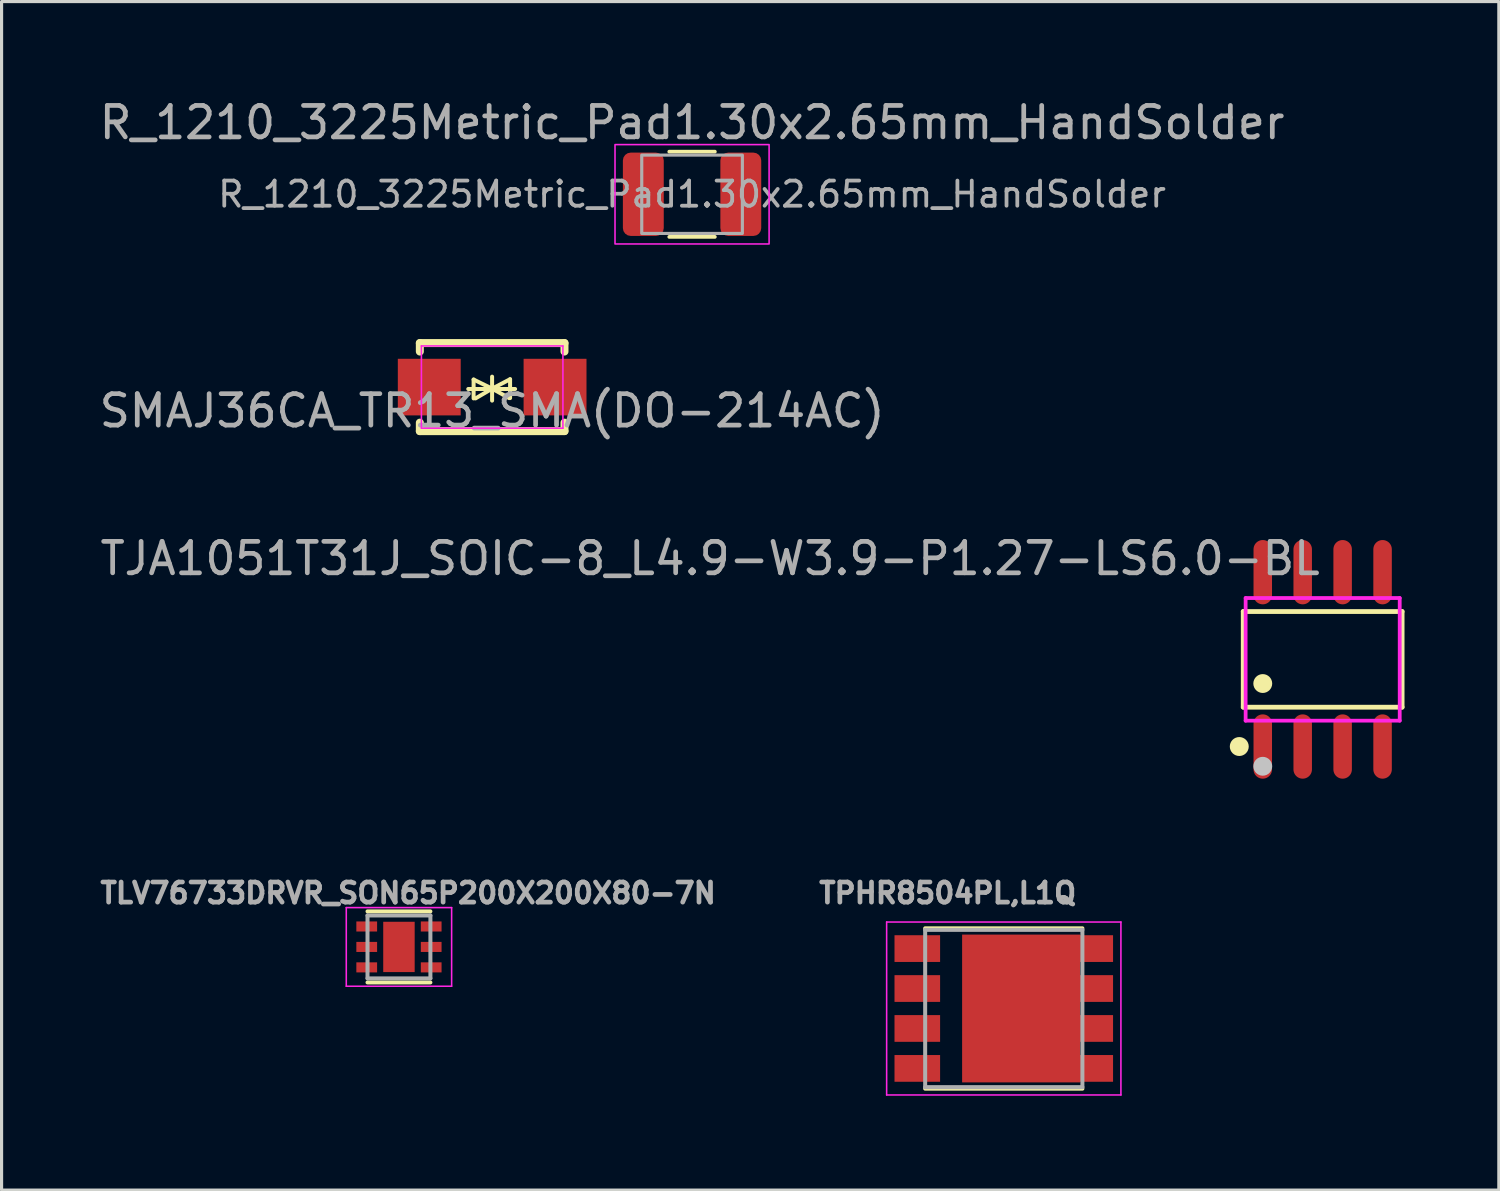
<source format=kicad_pcb>
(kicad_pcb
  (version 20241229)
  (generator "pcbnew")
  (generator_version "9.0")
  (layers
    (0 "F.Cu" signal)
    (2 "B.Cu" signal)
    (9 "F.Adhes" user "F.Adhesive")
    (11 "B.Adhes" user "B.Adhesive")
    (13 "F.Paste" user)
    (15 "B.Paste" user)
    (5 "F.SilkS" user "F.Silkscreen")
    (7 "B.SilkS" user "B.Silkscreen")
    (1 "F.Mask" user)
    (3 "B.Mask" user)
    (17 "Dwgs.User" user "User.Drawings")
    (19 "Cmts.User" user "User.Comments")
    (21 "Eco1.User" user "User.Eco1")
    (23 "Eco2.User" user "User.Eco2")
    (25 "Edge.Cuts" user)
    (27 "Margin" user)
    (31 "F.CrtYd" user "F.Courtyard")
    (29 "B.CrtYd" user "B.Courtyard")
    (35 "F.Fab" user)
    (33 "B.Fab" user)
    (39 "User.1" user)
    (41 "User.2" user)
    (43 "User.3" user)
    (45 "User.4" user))
  (footprint "SMAJ36CA_TR13_SMA(DO-214AC)"
    (layer "F.Cu")
    (at 12.601 9.26)
    (property "Reference" "SMAJ36CA_TR13_SMA(DO-214AC)" (at 0 0.754 0) (layer "F.Fab") (effects (font (size 1 1) (thickness 0.15))))
    (attr smd)
    (fp_line (start -2.3 -1.4) (end -2.3 -1.131) (stroke (width 0.254) (type solid)) (layer "F.SilkS"))
    (fp_line (start -2.3 -1.4) (end 2.3 -1.4) (stroke (width 0.254) (type solid)) (layer "F.SilkS"))
    (fp_line (start -2.3 1.131) (end -2.3 1.4) (stroke (width 0.254) (type solid)) (layer "F.SilkS"))
    (fp_line (start -2.3 1.4) (end 2.3 1.4) (stroke (width 0.254) (type solid)) (layer "F.SilkS"))
    (fp_line (start -0.76 0.06) (end 0.73 0.06) (stroke (width 0.127) (type solid)) (layer "F.SilkS"))
    (fp_line (start -0.59 -0.24) (end -0.59 0.36) (stroke (width 0.127) (type solid)) (layer "F.SilkS"))
    (fp_line (start -0.59 -0.24) (end -0.002 0.049) (stroke (width 0.127) (type solid)) (layer "F.SilkS"))
    (fp_line (start -0.53 0.36) (end -0.002 0.049) (stroke (width 0.127) (type solid)) (layer "F.SilkS"))
    (fp_line (start -0.002 0.049) (end -0.002 -0.332) (stroke (width 0.127) (type solid)) (layer "F.SilkS"))
    (fp_line (start -0.002 0.049) (end -0.002 0.43) (stroke (width 0.127) (type solid)) (layer "F.SilkS"))
    (fp_line (start 0.54 0.35) (end -0.002 0.049) (stroke (width 0.127) (type solid)) (layer "F.SilkS"))
    (fp_line (start 0.57 -0.25) (end -0.002 0.049) (stroke (width 0.127) (type solid)) (layer "F.SilkS"))
    (fp_line (start 0.57 -0.25) (end 0.57 0.35) (stroke (width 0.127) (type solid)) (layer "F.SilkS"))
    (fp_line (start 2.3 -1.4) (end 2.3 -1.131) (stroke (width 0.254) (type solid)) (layer "F.SilkS"))
    (fp_line (start 2.3 1.131) (end 2.3 1.4) (stroke (width 0.254) (type solid)) (layer "F.SilkS"))
    (fp_poly (pts (xy -2.542 0.725) (xy -2.542 -0.725) (xy -1.458 -0.725) (xy -1.458 0.725)) (stroke (width 0.005) (type solid)) (fill no) (layer "Eco2.User"))
    (fp_poly (pts (xy 1.458 0.725) (xy 1.458 -0.725) (xy 2.542 -0.725) (xy 2.542 0.725)) (stroke (width 0.005) (type solid)) (fill no) (layer "Eco2.User"))
    (fp_poly (pts (xy -2.482 1.308) (xy -2.484 1.296) (xy -2.487 1.285) (xy -2.493 1.274) (xy -2.5 1.265) (xy -2.509 1.258) (xy -2.519 1.252) (xy -2.531 1.249) (xy -2.542 1.248) (xy -2.554 1.249) (xy -2.565 1.252) (xy -2.576 1.258) (xy -2.585 1.265) (xy -2.592 1.274) (xy -2.598 1.285) (xy -2.601 1.296) (xy -2.603 1.308) (xy -2.601 1.319) (xy -2.598 1.331) (xy -2.592 1.341) (xy -2.585 1.35) (xy -2.576 1.357) (xy -2.565 1.363) (xy -2.554 1.366) (xy -2.542 1.367) (xy -2.531 1.366) (xy -2.519 1.363) (xy -2.509 1.357) (xy -2.5 1.35) (xy -2.493 1.341) (xy -2.487 1.331) (xy -2.484 1.319)) (stroke (width 0.005) (type solid)) (fill no) (layer "Eco2.User"))
    (fp_line (start -2.25 -1.308) (end 2.25 -1.308) (stroke (width 0.051) (type solid)) (layer "F.CrtYd"))
    (fp_line (start -2.25 1.308) (end -2.25 -1.308) (stroke (width 0.051) (type solid)) (layer "F.CrtYd"))
    (fp_line (start 2.25 -1.308) (end 2.25 1.308) (stroke (width 0.051) (type solid)) (layer "F.CrtYd"))
    (fp_line (start 2.25 1.308) (end -2.25 1.308) (stroke (width 0.051) (type solid)) (layer "F.CrtYd"))
    (pad "1" smd rect (at -2 0) (size 2 1.8) (layers "F.Cu" "F.Mask" "F.Paste"))
    (pad "2" smd rect (at 2 0) (size 2 1.8) (layers "F.Cu" "F.Mask" "F.Paste")))
  (footprint "TPHR8504PL,L1Q"
    (layer "F.Cu")
    (at 28.871 29.021)
    (property "Reference" "TPHR8504PL,L1Q" (at -1.784 -3.671 0) (layer "F.Fab") (effects (font (size 0.64 0.64) (thickness 0.15))))
    (attr smd)
    (fp_line (start -2.5 -2.55) (end 2.5 -2.55) (stroke (width 0.127) (type solid)) (layer "F.SilkS"))
    (fp_line (start -2.5 2.55) (end 2.5 2.55) (stroke (width 0.127) (type solid)) (layer "F.SilkS"))
    (fp_poly (pts (xy -0.94 -1.186) (xy 2.04 -1.186) (xy 2.04 1.186) (xy -0.94 1.186)) (stroke (width 0.01) (type solid)) (fill yes) (layer "F.Paste"))
    (fp_line (start -3.725 -2.75) (end 3.725 -2.75) (stroke (width 0.05) (type solid)) (layer "F.CrtYd"))
    (fp_line (start -3.725 2.75) (end -3.725 -2.75) (stroke (width 0.05) (type solid)) (layer "F.CrtYd"))
    (fp_line (start 3.725 -2.75) (end 3.725 2.75) (stroke (width 0.05) (type solid)) (layer "F.CrtYd"))
    (fp_line (start 3.725 2.75) (end -3.725 2.75) (stroke (width 0.05) (type solid)) (layer "F.CrtYd"))
    (fp_line (start -2.5 -2.5) (end 2.5 -2.5) (stroke (width 0.127) (type solid)) (layer "F.Fab"))
    (fp_line (start -2.5 2.5) (end -2.5 -2.5) (stroke (width 0.127) (type solid)) (layer "F.Fab"))
    (fp_line (start 2.5 -2.5) (end 2.5 2.5) (stroke (width 0.127) (type solid)) (layer "F.Fab"))
    (fp_line (start 2.5 2.5) (end -2.5 2.5) (stroke (width 0.127) (type solid)) (layer "F.Fab"))
    (pad "1" smd rect (at -2.75 -1.905) (size 1.45 0.85) (layers "F.Cu" "F.Mask" "F.Paste"))
    (pad "2" smd rect (at -2.75 -0.635) (size 1.45 0.85) (layers "F.Cu" "F.Mask" "F.Paste"))
    (pad "3" smd rect (at -2.75 0.635) (size 1.45 0.85) (layers "F.Cu" "F.Mask" "F.Paste"))
    (pad "4" smd rect (at -2.75 1.905) (size 1.45 0.85) (layers "F.Cu" "F.Mask" "F.Paste"))
    (pad "5" smd rect (at 2.95 1.905) (size 1.05 0.85) (layers "F.Cu" "F.Mask" "F.Paste"))
    (pad "6" smd rect (at 2.95 0.635) (size 1.05 0.85) (layers "F.Cu" "F.Mask" "F.Paste"))
    (pad "7" smd rect (at 2.95 -0.635) (size 1.05 0.85) (layers "F.Cu" "F.Mask" "F.Paste"))
    (pad "8" smd rect (at 2.95 -1.905) (size 1.05 0.85) (layers "F.Cu" "F.Mask" "F.Paste"))
    (pad "9" smd rect (at 0.55 0) (size 3.75 4.7) (layers "F.Cu" "F.Mask")))
  (footprint "R_1210_3225Metric_Pad1.30x2.65mm_HandSolder"
    (layer "F.Cu")
    (at 18.958 3.128)
    (property "Reference" "R_1210_3225Metric_Pad1.30x2.65mm_HandSolder" (at 0 -2.28 0) (layer "F.Fab") (effects (font (size 1 1) (thickness 0.15))))
    (attr smd)
    (fp_line (start -0.724 -1.355) (end 0.724 -1.355) (stroke (width 0.12) (type solid)) (layer "F.SilkS"))
    (fp_line (start -0.724 1.355) (end 0.724 1.355) (stroke (width 0.12) (type solid)) (layer "F.SilkS"))
    (fp_rect (start -2.45 -1.58) (end 2.45 1.58) (stroke (width 0.05) (type solid)) (fill no) (layer "F.CrtYd"))
    (fp_rect (start -1.6 -1.245) (end 1.6 1.245) (stroke (width 0.1) (type solid)) (fill no) (layer "F.Fab"))
    (fp_text user "${REFERENCE}" (at 0 0 0) (layer "F.Fab") (effects (font (size 0.8 0.8) (thickness 0.12))))
    (pad "1" smd roundrect (at -1.55 0) (size 1.3 2.65) (layers "F.Cu" "F.Mask" "F.Paste") (roundrect_rratio 0.192))
    (pad "2" smd roundrect (at 1.55 0) (size 1.3 2.65) (layers "F.Cu" "F.Mask" "F.Paste") (roundrect_rratio 0.192)))
  (footprint "TLV76733DRVR_SON65P200X200X80-7N"
    (layer "F.Cu")
    (at 9.637 27.063)
    (property "Reference" "TLV76733DRVR_SON65P200X200X80-7N" (at 0.292 -1.713 180) (layer "F.Fab") (effects (font (size 0.64 0.64) (thickness 0.15))))
    (attr smd)
    (fp_line (start -1 -1.13) (end 1 -1.13) (stroke (width 0.127) (type solid)) (layer "F.SilkS"))
    (fp_line (start -1 1.13) (end 1 1.13) (stroke (width 0.127) (type solid)) (layer "F.SilkS"))
    (fp_poly (pts (xy -0.316 -0.506) (xy 0.316 -0.506) (xy 0.316 0.506) (xy -0.316 0.506)) (stroke (width 0.01) (type solid)) (fill yes) (layer "F.Paste"))
    (fp_line (start -1.675 -1.25) (end -1.675 1.25) (stroke (width 0.05) (type solid)) (layer "F.CrtYd"))
    (fp_line (start -1.675 -1.25) (end 1.675 -1.25) (stroke (width 0.05) (type solid)) (layer "F.CrtYd"))
    (fp_line (start -1.675 1.25) (end 1.675 1.25) (stroke (width 0.05) (type solid)) (layer "F.CrtYd"))
    (fp_line (start 1.675 -1.25) (end 1.675 1.25) (stroke (width 0.05) (type solid)) (layer "F.CrtYd"))
    (fp_line (start -1 -1) (end -1 1) (stroke (width 0.127) (type solid)) (layer "F.Fab"))
    (fp_line (start -1 -1) (end 1 -1) (stroke (width 0.127) (type solid)) (layer "F.Fab"))
    (fp_line (start -1 1) (end 1 1) (stroke (width 0.127) (type solid)) (layer "F.Fab"))
    (fp_line (start 1 -1) (end 1 1) (stroke (width 0.127) (type solid)) (layer "F.Fab"))
    (pad "1" smd rect (at -1.025 -0.65) (size 0.66 0.32) (layers "F.Cu" "F.Mask" "F.Paste"))
    (pad "2" smd rect (at -1.025 0) (size 0.66 0.32) (layers "F.Cu" "F.Mask" "F.Paste"))
    (pad "3" smd rect (at -1.025 0.65) (size 0.66 0.32) (layers "F.Cu" "F.Mask" "F.Paste"))
    (pad "4" smd rect (at 1.025 0.65) (size 0.66 0.32) (layers "F.Cu" "F.Mask" "F.Paste"))
    (pad "5" smd rect (at 1.025 0) (size 0.66 0.32) (layers "F.Cu" "F.Mask" "F.Paste"))
    (pad "6" smd rect (at 1.025 -0.65) (size 0.66 0.32) (layers "F.Cu" "F.Mask" "F.Paste"))
    (pad "7" smd rect (at 0 0 90) (size 1.6 1) (layers "F.Cu" "F.Mask")))
  (footprint "TJA1051T31J_SOIC-8_L4.9-W3.9-P1.27-LS6.0-BL"
    (layer "F.Cu")
    (at 39.012 17.918)
    (property "Reference" "TJA1051T31J_SOIC-8_L4.9-W3.9-P1.27-LS6.0-BL" (at 0 -3.207 180) (layer "F.Fab") (effects (font (size 1 1) (thickness 0.15)) (justify right)))
    (attr through_hole)
    (fp_line (start -2.526 -1.521) (end 2.526 -1.521) (stroke (width 0.152) (type solid)) (layer "F.SilkS"))
    (fp_line (start -2.526 1.521) (end -2.526 -1.521) (stroke (width 0.152) (type solid)) (layer "F.SilkS"))
    (fp_line (start 2.526 -1.521) (end 2.526 1.521) (stroke (width 0.152) (type solid)) (layer "F.SilkS"))
    (fp_line (start 2.526 1.521) (end -2.526 1.521) (stroke (width 0.152) (type solid)) (layer "F.SilkS"))
    (fp_circle (center -2.652 2.772) (end -2.501 2.772) (stroke (width 0.3) (type solid)) (fill no) (layer "F.SilkS"))
    (fp_circle (center -1.905 0.769) (end -1.755 0.769) (stroke (width 0.3) (type solid)) (fill no) (layer "F.SilkS"))
    (fp_circle (center -1.905 3.4) (end -1.755 3.4) (stroke (width 0.3) (type solid)) (fill no) (layer "Dwgs.User"))
    (fp_line (start -2.115 -2.175) (end -2.115 -1.94) (stroke (width 0.12) (type solid)) (layer "Eco2.User"))
    (fp_line (start -2.115 -1.94) (end -1.695 -1.94) (stroke (width 0.12) (type solid)) (layer "Eco2.User"))
    (fp_line (start -2.115 1.94) (end -1.695 1.94) (stroke (width 0.12) (type solid)) (layer "Eco2.User"))
    (fp_line (start -2.115 2.175) (end -2.115 1.94) (stroke (width 0.12) (type solid)) (layer "Eco2.User"))
    (fp_line (start -1.695 -2.175) (end -2.115 -2.175) (stroke (width 0.12) (type solid)) (layer "Eco2.User"))
    (fp_line (start -1.695 -1.94) (end -1.695 -2.175) (stroke (width 0.12) (type solid)) (layer "Eco2.User"))
    (fp_line (start -1.695 1.94) (end -1.695 2.175) (stroke (width 0.12) (type solid)) (layer "Eco2.User"))
    (fp_line (start -1.695 2.175) (end -2.115 2.175) (stroke (width 0.12) (type solid)) (layer "Eco2.User"))
    (fp_line (start -0.845 -2.175) (end -0.845 -1.94) (stroke (width 0.12) (type solid)) (layer "Eco2.User"))
    (fp_line (start -0.845 -1.94) (end -0.425 -1.94) (stroke (width 0.12) (type solid)) (layer "Eco2.User"))
    (fp_line (start -0.845 1.94) (end -0.425 1.94) (stroke (width 0.12) (type solid)) (layer "Eco2.User"))
    (fp_line (start -0.845 2.175) (end -0.845 1.94) (stroke (width 0.12) (type solid)) (layer "Eco2.User"))
    (fp_line (start -0.425 -2.175) (end -0.845 -2.175) (stroke (width 0.12) (type solid)) (layer "Eco2.User"))
    (fp_line (start -0.425 -1.94) (end -0.425 -2.175) (stroke (width 0.12) (type solid)) (layer "Eco2.User"))
    (fp_line (start -0.425 1.94) (end -0.425 2.175) (stroke (width 0.12) (type solid)) (layer "Eco2.User"))
    (fp_line (start -0.425 2.175) (end -0.845 2.175) (stroke (width 0.12) (type solid)) (layer "Eco2.User"))
    (fp_line (start 0.425 -2.175) (end 0.425 -1.94) (stroke (width 0.12) (type solid)) (layer "Eco2.User"))
    (fp_line (start 0.425 -1.94) (end 0.845 -1.94) (stroke (width 0.12) (type solid)) (layer "Eco2.User"))
    (fp_line (start 0.425 1.94) (end 0.845 1.94) (stroke (width 0.12) (type solid)) (layer "Eco2.User"))
    (fp_line (start 0.425 2.175) (end 0.425 1.94) (stroke (width 0.12) (type solid)) (layer "Eco2.User"))
    (fp_line (start 0.845 -2.175) (end 0.425 -2.175) (stroke (width 0.12) (type solid)) (layer "Eco2.User"))
    (fp_line (start 0.845 -1.94) (end 0.845 -2.175) (stroke (width 0.12) (type solid)) (layer "Eco2.User"))
    (fp_line (start 0.845 1.94) (end 0.845 2.175) (stroke (width 0.12) (type solid)) (layer "Eco2.User"))
    (fp_line (start 0.845 2.175) (end 0.425 2.175) (stroke (width 0.12) (type solid)) (layer "Eco2.User"))
    (fp_line (start 1.695 -2.175) (end 1.695 -1.94) (stroke (width 0.12) (type solid)) (layer "Eco2.User"))
    (fp_line (start 1.695 -1.94) (end 2.115 -1.94) (stroke (width 0.12) (type solid)) (layer "Eco2.User"))
    (fp_line (start 1.695 1.94) (end 2.115 1.94) (stroke (width 0.12) (type solid)) (layer "Eco2.User"))
    (fp_line (start 1.695 2.175) (end 1.695 1.94) (stroke (width 0.12) (type solid)) (layer "Eco2.User"))
    (fp_line (start 2.115 -2.175) (end 1.695 -2.175) (stroke (width 0.12) (type solid)) (layer "Eco2.User"))
    (fp_line (start 2.115 -1.94) (end 2.115 -2.175) (stroke (width 0.12) (type solid)) (layer "Eco2.User"))
    (fp_line (start 2.115 1.94) (end 2.115 2.175) (stroke (width 0.12) (type solid)) (layer "Eco2.User"))
    (fp_line (start 2.115 2.175) (end 1.695 2.175) (stroke (width 0.12) (type solid)) (layer "Eco2.User"))
    (fp_circle (center -2.45 3) (end -2.42 3) (stroke (width 0.06) (type solid)) (fill no) (layer "Eco2.User"))
    (fp_poly (pts (xy -2.115 -3) (xy -2.115 -2.165) (xy -1.695 -2.165) (xy -1.695 -3)) (stroke (width 0.12) (type solid)) (fill no) (layer "Eco2.User"))
    (fp_poly (pts (xy -2.115 3) (xy -2.115 2.165) (xy -1.695 2.165) (xy -1.695 3)) (stroke (width 0.12) (type solid)) (fill no) (layer "Eco2.User"))
    (fp_poly (pts (xy -0.845 -3) (xy -0.845 -2.165) (xy -0.425 -2.165) (xy -0.425 -3)) (stroke (width 0.12) (type solid)) (fill no) (layer "Eco2.User"))
    (fp_poly (pts (xy -0.845 3) (xy -0.845 2.165) (xy -0.425 2.165) (xy -0.425 3)) (stroke (width 0.12) (type solid)) (fill no) (layer "Eco2.User"))
    (fp_poly (pts (xy 0.425 -3) (xy 0.425 -2.165) (xy 0.845 -2.165) (xy 0.845 -3)) (stroke (width 0.12) (type solid)) (fill no) (layer "Eco2.User"))
    (fp_poly (pts (xy 0.425 3) (xy 0.425 2.165) (xy 0.845 2.165) (xy 0.845 3)) (stroke (width 0.12) (type solid)) (fill no) (layer "Eco2.User"))
    (fp_poly (pts (xy 1.695 -3) (xy 1.695 -2.165) (xy 2.115 -2.165) (xy 2.115 -3)) (stroke (width 0.12) (type solid)) (fill no) (layer "Eco2.User"))
    (fp_poly (pts (xy 1.695 3) (xy 1.695 2.165) (xy 2.115 2.165) (xy 2.115 3)) (stroke (width 0.12) (type solid)) (fill no) (layer "Eco2.User"))
    (fp_line (start -2.45 -1.95) (end 2.45 -1.95) (stroke (width 0.12) (type solid)) (layer "F.CrtYd"))
    (fp_line (start -2.45 1.95) (end -2.45 -1.95) (stroke (width 0.12) (type solid)) (layer "F.CrtYd"))
    (fp_line (start 2.45 -1.95) (end 2.45 1.95) (stroke (width 0.12) (type solid)) (layer "F.CrtYd"))
    (fp_line (start 2.45 1.95) (end -2.45 1.95) (stroke (width 0.12) (type solid)) (layer "F.CrtYd"))
    (pad "1" smd oval (at -1.905 2.772) (size 0.588 2.045) (layers "F.Cu" "F.Mask" "F.Paste"))
    (pad "2" smd oval (at -0.635 2.772) (size 0.588 2.045) (layers "F.Cu" "F.Mask" "F.Paste"))
    (pad "3" smd oval (at 0.635 2.772) (size 0.588 2.045) (layers "F.Cu" "F.Mask" "F.Paste"))
    (pad "4" smd oval (at 1.905 2.772) (size 0.588 2.045) (layers "F.Cu" "F.Mask" "F.Paste"))
    (pad "5" smd oval (at 1.905 -2.772) (size 0.588 2.045) (layers "F.Cu" "F.Mask" "F.Paste"))
    (pad "6" smd oval (at 0.635 -2.772) (size 0.588 2.045) (layers "F.Cu" "F.Mask" "F.Paste"))
    (pad "7" smd oval (at -0.635 -2.772) (size 0.588 2.045) (layers "F.Cu" "F.Mask" "F.Paste"))
    (pad "8" smd oval (at -1.905 -2.772) (size 0.588 2.045) (layers "F.Cu" "F.Mask" "F.Paste")))
  (gr_rect
    (start -3 -3)
    (end 44.614 34.796)
    (stroke (width 0.1) (type default))
    (fill no)
    (layer "Edge.Cuts")))
</source>
